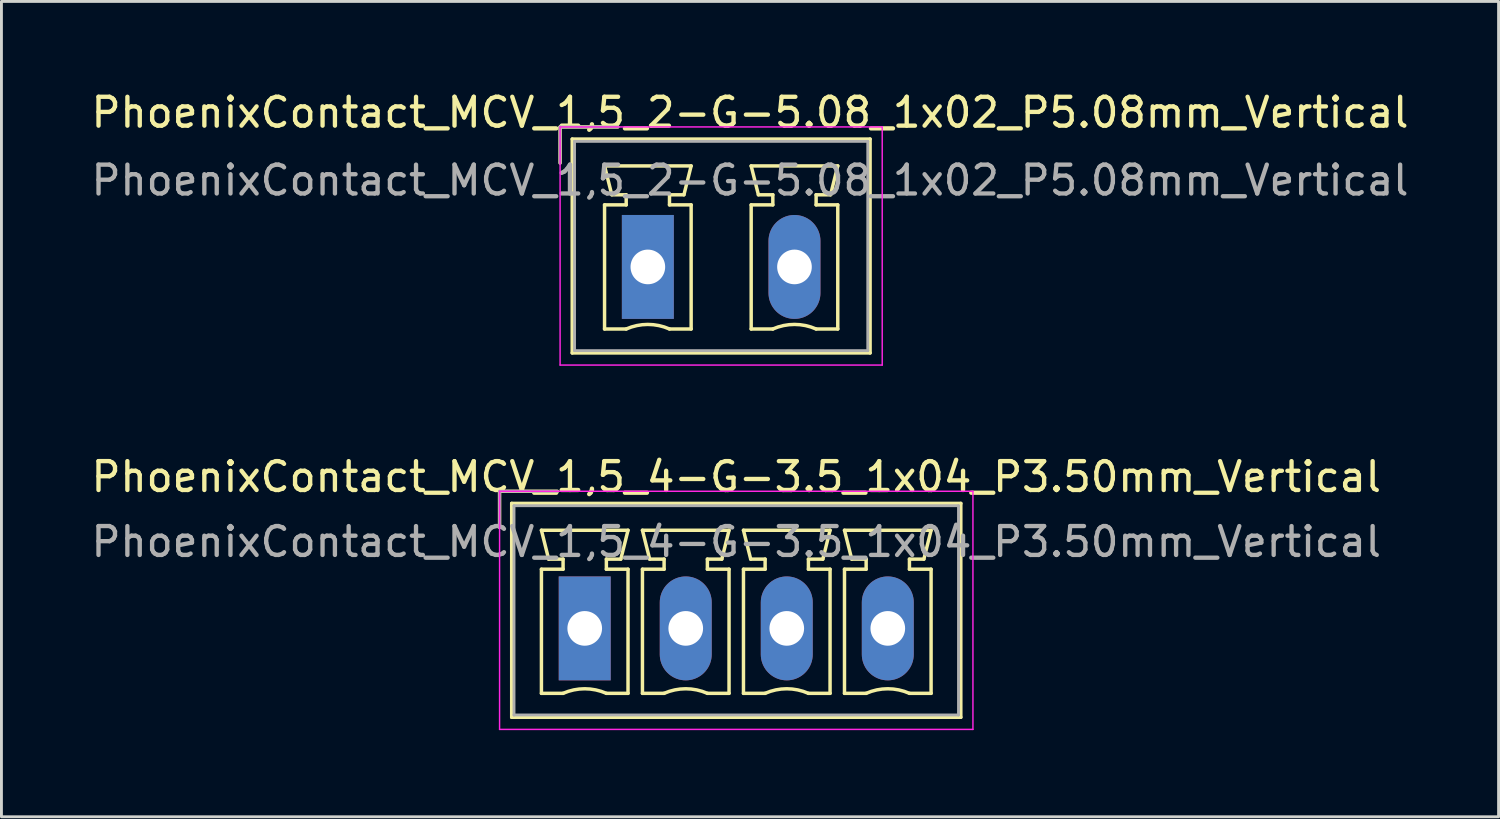
<source format=kicad_pcb>
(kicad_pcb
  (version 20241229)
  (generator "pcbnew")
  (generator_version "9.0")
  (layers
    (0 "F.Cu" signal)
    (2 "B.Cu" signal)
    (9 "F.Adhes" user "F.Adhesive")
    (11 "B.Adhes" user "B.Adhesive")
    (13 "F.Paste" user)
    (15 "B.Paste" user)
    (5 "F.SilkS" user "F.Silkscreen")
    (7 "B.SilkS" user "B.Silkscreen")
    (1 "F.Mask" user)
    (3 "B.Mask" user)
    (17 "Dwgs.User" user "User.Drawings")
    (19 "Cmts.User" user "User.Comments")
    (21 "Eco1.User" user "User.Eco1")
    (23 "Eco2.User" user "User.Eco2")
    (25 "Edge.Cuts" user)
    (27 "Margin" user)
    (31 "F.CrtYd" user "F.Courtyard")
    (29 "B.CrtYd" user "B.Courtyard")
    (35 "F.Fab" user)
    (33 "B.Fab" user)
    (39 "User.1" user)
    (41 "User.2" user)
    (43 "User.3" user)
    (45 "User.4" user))
  (footprint "PhoenixContact_MCV_1,5_2-G-5.08_1x02_P5.08mm_Vertical"
    (layer "F.Cu")
    (at 19.395 6.198)
    (property "Reference" "PhoenixContact_MCV_1,5_2-G-5.08_1x02_P5.08mm_Vertical" (at 3.54 -5.35 0) (layer "F.SilkS") (effects (font (size 1 1) (thickness 0.15))))
    (attr through_hole)
    (fp_line (start -3.04 -4.85) (end -1.04 -4.85) (stroke (width 0.12) (type solid)) (layer "F.SilkS"))
    (fp_line (start -3.04 -3.6) (end -3.04 -4.85) (stroke (width 0.12) (type solid)) (layer "F.SilkS"))
    (fp_line (start -2.62 -4.43) (end -2.62 2.98) (stroke (width 0.12) (type solid)) (layer "F.SilkS"))
    (fp_line (start -2.62 2.98) (end 7.7 2.98) (stroke (width 0.12) (type solid)) (layer "F.SilkS"))
    (fp_line (start -1.5 -3.5) (end 1.5 -3.5) (stroke (width 0.12) (type solid)) (layer "F.SilkS"))
    (fp_line (start -1.5 -2.15) (end -0.75 -2.15) (stroke (width 0.12) (type solid)) (layer "F.SilkS"))
    (fp_line (start -1.5 2.15) (end -1.5 -2.15) (stroke (width 0.12) (type solid)) (layer "F.SilkS"))
    (fp_line (start -1.25 -2.5) (end -1.5 -3.5) (stroke (width 0.12) (type solid)) (layer "F.SilkS"))
    (fp_line (start -0.75 -2.5) (end -1.25 -2.5) (stroke (width 0.12) (type solid)) (layer "F.SilkS"))
    (fp_line (start -0.75 -2.15) (end -0.75 -2.5) (stroke (width 0.12) (type solid)) (layer "F.SilkS"))
    (fp_line (start -0.75 2.15) (end -1.5 2.15) (stroke (width 0.12) (type solid)) (layer "F.SilkS"))
    (fp_line (start 0.75 -2.5) (end 0.75 -2.15) (stroke (width 0.12) (type solid)) (layer "F.SilkS"))
    (fp_line (start 0.75 -2.15) (end 1.5 -2.15) (stroke (width 0.12) (type solid)) (layer "F.SilkS"))
    (fp_line (start 1.25 -2.5) (end 0.75 -2.5) (stroke (width 0.12) (type solid)) (layer "F.SilkS"))
    (fp_line (start 1.5 -3.5) (end 1.25 -2.5) (stroke (width 0.12) (type solid)) (layer "F.SilkS"))
    (fp_line (start 1.5 -2.15) (end 1.5 2.15) (stroke (width 0.12) (type solid)) (layer "F.SilkS"))
    (fp_line (start 1.5 2.15) (end 0.75 2.15) (stroke (width 0.12) (type solid)) (layer "F.SilkS"))
    (fp_line (start 3.58 -3.5) (end 6.58 -3.5) (stroke (width 0.12) (type solid)) (layer "F.SilkS"))
    (fp_line (start 3.58 -2.15) (end 4.33 -2.15) (stroke (width 0.12) (type solid)) (layer "F.SilkS"))
    (fp_line (start 3.58 2.15) (end 3.58 -2.15) (stroke (width 0.12) (type solid)) (layer "F.SilkS"))
    (fp_line (start 3.83 -2.5) (end 3.58 -3.5) (stroke (width 0.12) (type solid)) (layer "F.SilkS"))
    (fp_line (start 4.33 -2.5) (end 3.83 -2.5) (stroke (width 0.12) (type solid)) (layer "F.SilkS"))
    (fp_line (start 4.33 -2.15) (end 4.33 -2.5) (stroke (width 0.12) (type solid)) (layer "F.SilkS"))
    (fp_line (start 4.33 2.15) (end 3.58 2.15) (stroke (width 0.12) (type solid)) (layer "F.SilkS"))
    (fp_line (start 5.83 -2.5) (end 5.83 -2.15) (stroke (width 0.12) (type solid)) (layer "F.SilkS"))
    (fp_line (start 5.83 -2.15) (end 6.58 -2.15) (stroke (width 0.12) (type solid)) (layer "F.SilkS"))
    (fp_line (start 6.33 -2.5) (end 5.83 -2.5) (stroke (width 0.12) (type solid)) (layer "F.SilkS"))
    (fp_line (start 6.58 -3.5) (end 6.33 -2.5) (stroke (width 0.12) (type solid)) (layer "F.SilkS"))
    (fp_line (start 6.58 -2.15) (end 6.58 2.15) (stroke (width 0.12) (type solid)) (layer "F.SilkS"))
    (fp_line (start 6.58 2.15) (end 5.83 2.15) (stroke (width 0.12) (type solid)) (layer "F.SilkS"))
    (fp_line (start 7.7 -4.43) (end -2.62 -4.43) (stroke (width 0.12) (type solid)) (layer "F.SilkS"))
    (fp_line (start 7.7 2.98) (end 7.7 -4.43) (stroke (width 0.12) (type solid)) (layer "F.SilkS"))
    (fp_arc (start -0.75 2.15) (mid -0.000193 1.99191) (end 0.749647 2.149844) (stroke (width 0.12) (type solid)) (layer "F.SilkS"))
    (fp_arc (start 4.33 2.15) (mid 5.079807 1.99191) (end 5.829647 2.149844) (stroke (width 0.12) (type solid)) (layer "F.SilkS"))
    (fp_line (start -3.04 -4.85) (end -3.04 3.4) (stroke (width 0.05) (type solid)) (layer "F.CrtYd"))
    (fp_line (start -3.04 3.4) (end 8.12 3.4) (stroke (width 0.05) (type solid)) (layer "F.CrtYd"))
    (fp_line (start 8.12 -4.85) (end -3.04 -4.85) (stroke (width 0.05) (type solid)) (layer "F.CrtYd"))
    (fp_line (start 8.12 3.4) (end 8.12 -4.85) (stroke (width 0.05) (type solid)) (layer "F.CrtYd"))
    (fp_line (start -3.04 -4.85) (end -1.04 -4.85) (stroke (width 0.1) (type solid)) (layer "F.Fab"))
    (fp_line (start -3.04 -3.6) (end -3.04 -4.85) (stroke (width 0.1) (type solid)) (layer "F.Fab"))
    (fp_line (start -2.54 -4.35) (end -2.54 2.9) (stroke (width 0.1) (type solid)) (layer "F.Fab"))
    (fp_line (start -2.54 2.9) (end 7.62 2.9) (stroke (width 0.1) (type solid)) (layer "F.Fab"))
    (fp_line (start 7.62 -4.35) (end -2.54 -4.35) (stroke (width 0.1) (type solid)) (layer "F.Fab"))
    (fp_line (start 7.62 2.9) (end 7.62 -4.35) (stroke (width 0.1) (type solid)) (layer "F.Fab"))
    (fp_text user "${REFERENCE}" (at 3.54 -3 0) (layer "F.Fab") (effects (font (size 1 1) (thickness 0.15))))
    (pad "1" thru_hole rect (at 0 0) (size 1.8 3.6) (drill 1.2) (layers "*.Cu" "*.Mask"))
    (pad "2" thru_hole oval (at 5.08 0) (size 1.8 3.6) (drill 1.2) (layers "*.Cu" "*.Mask")))
  (footprint "PhoenixContact_MCV_1,5_4-G-3.5_1x04_P3.50mm_Vertical"
    (layer "F.Cu")
    (at 17.208 18.721)
    (property "Reference" "PhoenixContact_MCV_1,5_4-G-3.5_1x04_P3.50mm_Vertical" (at 5.25 -5.25 0) (layer "F.SilkS") (effects (font (size 1 1) (thickness 0.15))))
    (attr through_hole)
    (fp_line (start -2.95 -4.75) (end -0.95 -4.75) (stroke (width 0.12) (type solid)) (layer "F.SilkS"))
    (fp_line (start -2.95 -3.5) (end -2.95 -4.75) (stroke (width 0.12) (type solid)) (layer "F.SilkS"))
    (fp_line (start -2.53 -4.33) (end -2.53 3.08) (stroke (width 0.12) (type solid)) (layer "F.SilkS"))
    (fp_line (start -2.53 3.08) (end 13.03 3.08) (stroke (width 0.12) (type solid)) (layer "F.SilkS"))
    (fp_line (start -1.5 -3.4) (end 1.5 -3.4) (stroke (width 0.12) (type solid)) (layer "F.SilkS"))
    (fp_line (start -1.5 -2.05) (end -0.75 -2.05) (stroke (width 0.12) (type solid)) (layer "F.SilkS"))
    (fp_line (start -1.5 2.25) (end -1.5 -2.05) (stroke (width 0.12) (type solid)) (layer "F.SilkS"))
    (fp_line (start -1.25 -2.4) (end -1.5 -3.4) (stroke (width 0.12) (type solid)) (layer "F.SilkS"))
    (fp_line (start -0.75 -2.4) (end -1.25 -2.4) (stroke (width 0.12) (type solid)) (layer "F.SilkS"))
    (fp_line (start -0.75 -2.05) (end -0.75 -2.4) (stroke (width 0.12) (type solid)) (layer "F.SilkS"))
    (fp_line (start -0.75 2.25) (end -1.5 2.25) (stroke (width 0.12) (type solid)) (layer "F.SilkS"))
    (fp_line (start 0.75 -2.4) (end 0.75 -2.05) (stroke (width 0.12) (type solid)) (layer "F.SilkS"))
    (fp_line (start 0.75 -2.05) (end 1.5 -2.05) (stroke (width 0.12) (type solid)) (layer "F.SilkS"))
    (fp_line (start 1.25 -2.4) (end 0.75 -2.4) (stroke (width 0.12) (type solid)) (layer "F.SilkS"))
    (fp_line (start 1.5 -3.4) (end 1.25 -2.4) (stroke (width 0.12) (type solid)) (layer "F.SilkS"))
    (fp_line (start 1.5 -2.05) (end 1.5 2.25) (stroke (width 0.12) (type solid)) (layer "F.SilkS"))
    (fp_line (start 1.5 2.25) (end 0.75 2.25) (stroke (width 0.12) (type solid)) (layer "F.SilkS"))
    (fp_line (start 2 -3.4) (end 5 -3.4) (stroke (width 0.12) (type solid)) (layer "F.SilkS"))
    (fp_line (start 2 -2.05) (end 2.75 -2.05) (stroke (width 0.12) (type solid)) (layer "F.SilkS"))
    (fp_line (start 2 2.25) (end 2 -2.05) (stroke (width 0.12) (type solid)) (layer "F.SilkS"))
    (fp_line (start 2.25 -2.4) (end 2 -3.4) (stroke (width 0.12) (type solid)) (layer "F.SilkS"))
    (fp_line (start 2.75 -2.4) (end 2.25 -2.4) (stroke (width 0.12) (type solid)) (layer "F.SilkS"))
    (fp_line (start 2.75 -2.05) (end 2.75 -2.4) (stroke (width 0.12) (type solid)) (layer "F.SilkS"))
    (fp_line (start 2.75 2.25) (end 2 2.25) (stroke (width 0.12) (type solid)) (layer "F.SilkS"))
    (fp_line (start 4.25 -2.4) (end 4.25 -2.05) (stroke (width 0.12) (type solid)) (layer "F.SilkS"))
    (fp_line (start 4.25 -2.05) (end 5 -2.05) (stroke (width 0.12) (type solid)) (layer "F.SilkS"))
    (fp_line (start 4.75 -2.4) (end 4.25 -2.4) (stroke (width 0.12) (type solid)) (layer "F.SilkS"))
    (fp_line (start 5 -3.4) (end 4.75 -2.4) (stroke (width 0.12) (type solid)) (layer "F.SilkS"))
    (fp_line (start 5 -2.05) (end 5 2.25) (stroke (width 0.12) (type solid)) (layer "F.SilkS"))
    (fp_line (start 5 2.25) (end 4.25 2.25) (stroke (width 0.12) (type solid)) (layer "F.SilkS"))
    (fp_line (start 5.5 -3.4) (end 8.5 -3.4) (stroke (width 0.12) (type solid)) (layer "F.SilkS"))
    (fp_line (start 5.5 -2.05) (end 6.25 -2.05) (stroke (width 0.12) (type solid)) (layer "F.SilkS"))
    (fp_line (start 5.5 2.25) (end 5.5 -2.05) (stroke (width 0.12) (type solid)) (layer "F.SilkS"))
    (fp_line (start 5.75 -2.4) (end 5.5 -3.4) (stroke (width 0.12) (type solid)) (layer "F.SilkS"))
    (fp_line (start 6.25 -2.4) (end 5.75 -2.4) (stroke (width 0.12) (type solid)) (layer "F.SilkS"))
    (fp_line (start 6.25 -2.05) (end 6.25 -2.4) (stroke (width 0.12) (type solid)) (layer "F.SilkS"))
    (fp_line (start 6.25 2.25) (end 5.5 2.25) (stroke (width 0.12) (type solid)) (layer "F.SilkS"))
    (fp_line (start 7.75 -2.4) (end 7.75 -2.05) (stroke (width 0.12) (type solid)) (layer "F.SilkS"))
    (fp_line (start 7.75 -2.05) (end 8.5 -2.05) (stroke (width 0.12) (type solid)) (layer "F.SilkS"))
    (fp_line (start 8.25 -2.4) (end 7.75 -2.4) (stroke (width 0.12) (type solid)) (layer "F.SilkS"))
    (fp_line (start 8.5 -3.4) (end 8.25 -2.4) (stroke (width 0.12) (type solid)) (layer "F.SilkS"))
    (fp_line (start 8.5 -2.05) (end 8.5 2.25) (stroke (width 0.12) (type solid)) (layer "F.SilkS"))
    (fp_line (start 8.5 2.25) (end 7.75 2.25) (stroke (width 0.12) (type solid)) (layer "F.SilkS"))
    (fp_line (start 9 -3.4) (end 12 -3.4) (stroke (width 0.12) (type solid)) (layer "F.SilkS"))
    (fp_line (start 9 -2.05) (end 9.75 -2.05) (stroke (width 0.12) (type solid)) (layer "F.SilkS"))
    (fp_line (start 9 2.25) (end 9 -2.05) (stroke (width 0.12) (type solid)) (layer "F.SilkS"))
    (fp_line (start 9.25 -2.4) (end 9 -3.4) (stroke (width 0.12) (type solid)) (layer "F.SilkS"))
    (fp_line (start 9.75 -2.4) (end 9.25 -2.4) (stroke (width 0.12) (type solid)) (layer "F.SilkS"))
    (fp_line (start 9.75 -2.05) (end 9.75 -2.4) (stroke (width 0.12) (type solid)) (layer "F.SilkS"))
    (fp_line (start 9.75 2.25) (end 9 2.25) (stroke (width 0.12) (type solid)) (layer "F.SilkS"))
    (fp_line (start 11.25 -2.4) (end 11.25 -2.05) (stroke (width 0.12) (type solid)) (layer "F.SilkS"))
    (fp_line (start 11.25 -2.05) (end 12 -2.05) (stroke (width 0.12) (type solid)) (layer "F.SilkS"))
    (fp_line (start 11.75 -2.4) (end 11.25 -2.4) (stroke (width 0.12) (type solid)) (layer "F.SilkS"))
    (fp_line (start 12 -3.4) (end 11.75 -2.4) (stroke (width 0.12) (type solid)) (layer "F.SilkS"))
    (fp_line (start 12 -2.05) (end 12 2.25) (stroke (width 0.12) (type solid)) (layer "F.SilkS"))
    (fp_line (start 12 2.25) (end 11.25 2.25) (stroke (width 0.12) (type solid)) (layer "F.SilkS"))
    (fp_line (start 13.03 -4.33) (end -2.53 -4.33) (stroke (width 0.12) (type solid)) (layer "F.SilkS"))
    (fp_line (start 13.03 3.08) (end 13.03 -4.33) (stroke (width 0.12) (type solid)) (layer "F.SilkS"))
    (fp_arc (start -0.75 2.25) (mid -0.000193 2.09191) (end 0.749647 2.249844) (stroke (width 0.12) (type solid)) (layer "F.SilkS"))
    (fp_arc (start 2.75 2.25) (mid 3.499807 2.09191) (end 4.249647 2.249844) (stroke (width 0.12) (type solid)) (layer "F.SilkS"))
    (fp_arc (start 6.25 2.25) (mid 6.999807 2.09191) (end 7.749647 2.249844) (stroke (width 0.12) (type solid)) (layer "F.SilkS"))
    (fp_arc (start 9.75 2.25) (mid 10.499807 2.09191) (end 11.249647 2.249844) (stroke (width 0.12) (type solid)) (layer "F.SilkS"))
    (fp_line (start -2.95 -4.75) (end -2.95 3.5) (stroke (width 0.05) (type solid)) (layer "F.CrtYd"))
    (fp_line (start -2.95 3.5) (end 13.45 3.5) (stroke (width 0.05) (type solid)) (layer "F.CrtYd"))
    (fp_line (start 13.45 -4.75) (end -2.95 -4.75) (stroke (width 0.05) (type solid)) (layer "F.CrtYd"))
    (fp_line (start 13.45 3.5) (end 13.45 -4.75) (stroke (width 0.05) (type solid)) (layer "F.CrtYd"))
    (fp_line (start -2.95 -4.75) (end -0.95 -4.75) (stroke (width 0.1) (type solid)) (layer "F.Fab"))
    (fp_line (start -2.95 -3.5) (end -2.95 -4.75) (stroke (width 0.1) (type solid)) (layer "F.Fab"))
    (fp_line (start -2.45 -4.25) (end -2.45 3) (stroke (width 0.1) (type solid)) (layer "F.Fab"))
    (fp_line (start -2.45 3) (end 12.95 3) (stroke (width 0.1) (type solid)) (layer "F.Fab"))
    (fp_line (start 12.95 -4.25) (end -2.45 -4.25) (stroke (width 0.1) (type solid)) (layer "F.Fab"))
    (fp_line (start 12.95 3) (end 12.95 -4.25) (stroke (width 0.1) (type solid)) (layer "F.Fab"))
    (fp_text user "${REFERENCE}" (at 5.25 -3 0) (layer "F.Fab") (effects (font (size 1 1) (thickness 0.15))))
    (pad "1" thru_hole rect (at 0 0) (size 1.8 3.6) (drill 1.2) (layers "*.Cu" "*.Mask"))
    (pad "2" thru_hole oval (at 3.5 0) (size 1.8 3.6) (drill 1.2) (layers "*.Cu" "*.Mask"))
    (pad "3" thru_hole oval (at 7 0) (size 1.8 3.6) (drill 1.2) (layers "*.Cu" "*.Mask"))
    (pad "4" thru_hole oval (at 10.5 0) (size 1.8 3.6) (drill 1.2) (layers "*.Cu" "*.Mask")))
  (gr_rect
    (start -3 -3)
    (end 48.869 25.247)
    (stroke (width 0.1) (type default))
    (fill no)
    (layer "Edge.Cuts")))
</source>
